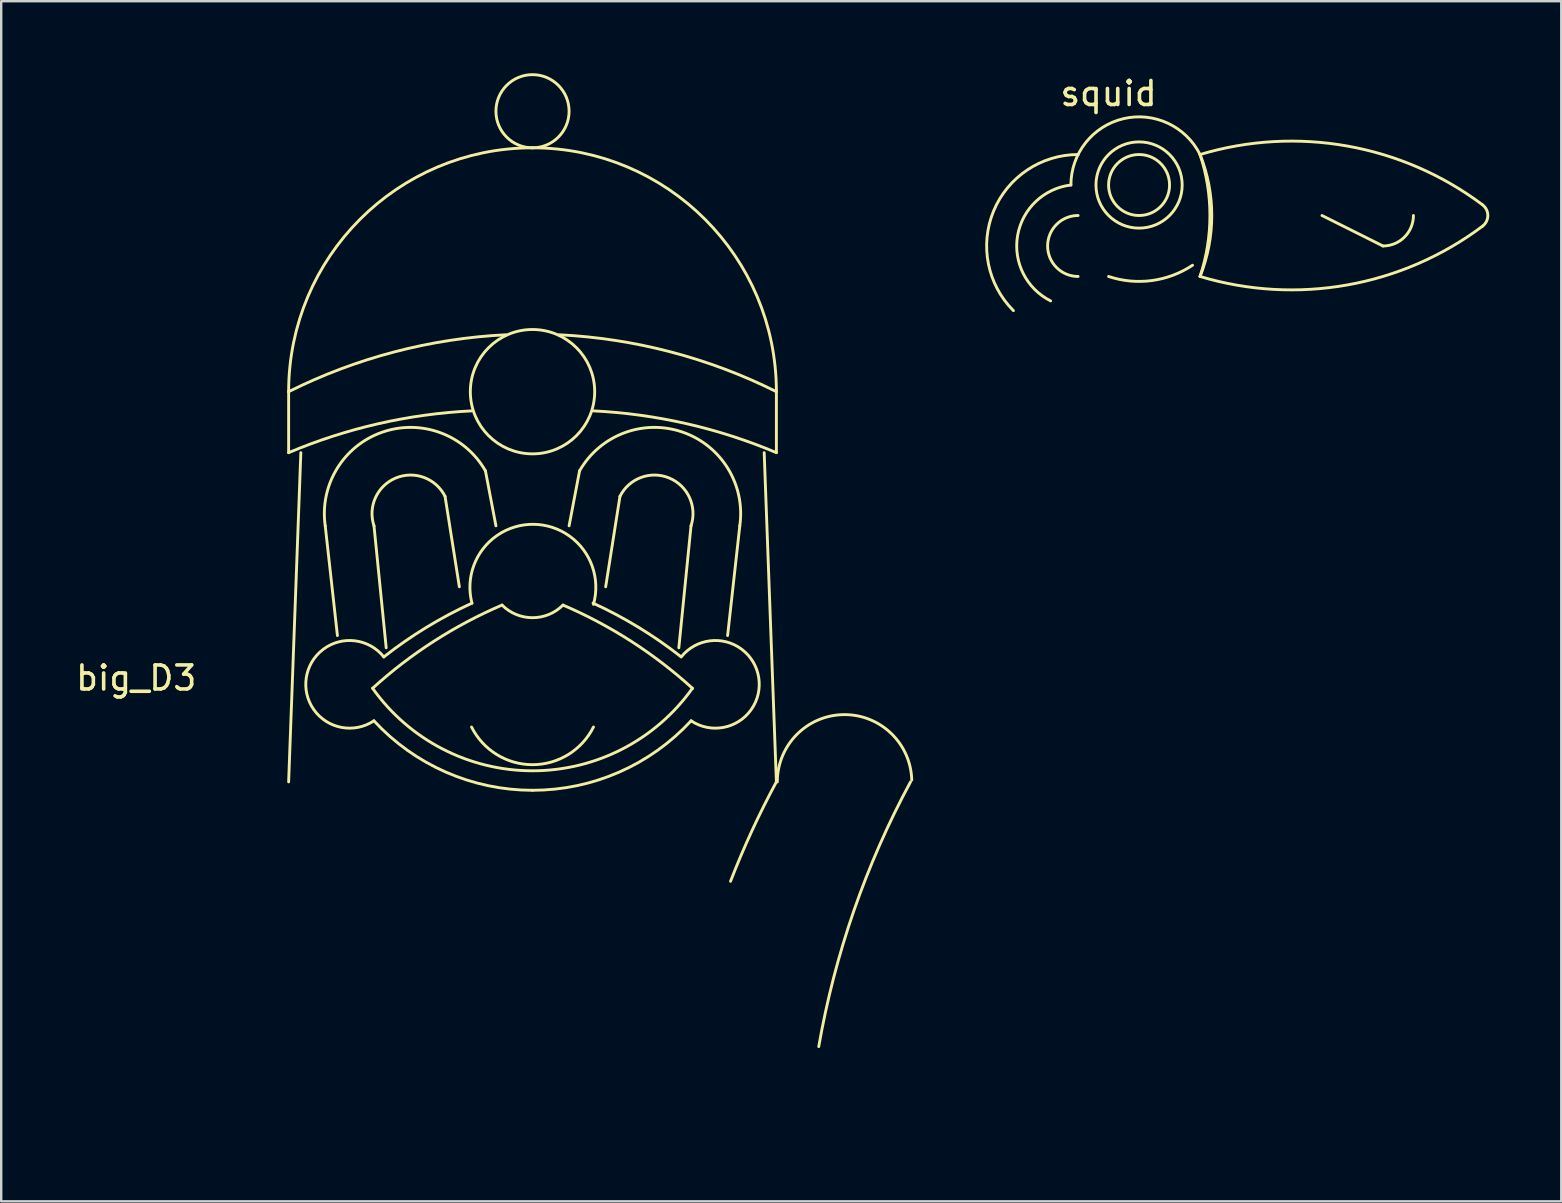
<source format=kicad_pcb>
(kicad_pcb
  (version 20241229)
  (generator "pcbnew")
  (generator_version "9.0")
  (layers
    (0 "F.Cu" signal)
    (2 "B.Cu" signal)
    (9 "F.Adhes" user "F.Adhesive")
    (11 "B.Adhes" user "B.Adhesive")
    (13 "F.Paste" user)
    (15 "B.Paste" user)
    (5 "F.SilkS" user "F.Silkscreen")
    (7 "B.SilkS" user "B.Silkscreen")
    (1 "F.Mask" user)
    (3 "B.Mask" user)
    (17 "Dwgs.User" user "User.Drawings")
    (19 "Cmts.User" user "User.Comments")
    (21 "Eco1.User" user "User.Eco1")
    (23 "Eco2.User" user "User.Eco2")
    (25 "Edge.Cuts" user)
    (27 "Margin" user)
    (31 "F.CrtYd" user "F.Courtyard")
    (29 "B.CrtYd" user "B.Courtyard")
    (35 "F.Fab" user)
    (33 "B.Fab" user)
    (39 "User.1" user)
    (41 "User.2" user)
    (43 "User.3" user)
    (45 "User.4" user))
  (footprint "big_D3"
    (layer "F.Cu")
    (at 19.135 43.748)
    (property "Reference" "big_D3" (at -16.51 -18.55 0) (layer "F.SilkS") (effects (font (size 1 1) (thickness 0.15))))
    (attr through_hole)
    (fp_line (start -10.16 -30.48) (end -10.16 -27.94) (stroke (width 0.12) (type solid)) (layer "F.SilkS"))
    (fp_line (start -9.652 -27.94) (end -10.16 -14.224) (stroke (width 0.12) (type solid)) (layer "F.SilkS"))
    (fp_line (start -8.636 -24.892) (end -8.128 -20.32) (stroke (width 0.12) (type solid)) (layer "F.SilkS"))
    (fp_line (start -6.604 -24.892) (end -6.096 -19.812) (stroke (width 0.12) (type solid)) (layer "F.SilkS"))
    (fp_line (start -3.643 -26.118) (end -3.048 -22.352) (stroke (width 0.12) (type solid)) (layer "F.SilkS"))
    (fp_line (start -1.961 -27.182) (end -1.524 -24.892) (stroke (width 0.12) (type solid)) (layer "F.SilkS"))
    (fp_line (start 1.961 -27.182) (end 1.524 -24.892) (stroke (width 0.12) (type solid)) (layer "F.SilkS"))
    (fp_line (start 3.643 -26.118) (end 3.048 -22.352) (stroke (width 0.12) (type solid)) (layer "F.SilkS"))
    (fp_line (start 6.604 -24.892) (end 6.096 -19.812) (stroke (width 0.12) (type solid)) (layer "F.SilkS"))
    (fp_line (start 8.636 -24.892) (end 8.128 -20.32) (stroke (width 0.12) (type solid)) (layer "F.SilkS"))
    (fp_line (start 9.652 -27.94) (end 10.16 -14.224) (stroke (width 0.12) (type solid)) (layer "F.SilkS"))
    (fp_line (start 10.16 -30.48) (end 10.16 -27.94) (stroke (width 0.12) (type solid)) (layer "F.SilkS"))
    (fp_arc (start -10.160002 -27.94) (mid -6.41947 -29.146225) (end -2.525804 -29.680943) (stroke (width 0.12) (type solid)) (layer "F.SilkS"))
    (fp_arc (start -10.160001 -30.479999) (mid -5.756887 -32.136947) (end -1.106902 -32.851468) (stroke (width 0.12) (type solid)) (layer "F.SilkS"))
    (fp_arc (start -10.16 -30.48) (mid -7.184205 -37.664204) (end -0.000001 -40.639998) (stroke (width 0.12) (type solid)) (layer "F.SilkS"))
    (fp_arc (start -8.636002 -24.892) (mid -6.24577 -28.797673) (end -1.961184 -27.182182) (stroke (width 0.12) (type solid)) (layer "F.SilkS"))
    (fp_arc (start -6.662224 -18.123448) (mid -4.110707 -20.081643) (end -1.269998 -21.59) (stroke (width 0.12) (type solid)) (layer "F.SilkS"))
    (fp_arc (start -6.607042 -16.768563) (mid -9.424616 -18.567524) (end -6.194835 -19.429787) (stroke (width 0.12) (type solid)) (layer "F.SilkS"))
    (fp_arc (start -6.604002 -24.892) (mid -5.694759 -26.884154) (end -3.643161 -26.118421) (stroke (width 0.12) (type solid)) (layer "F.SilkS"))
    (fp_arc (start -6.194834 -19.429788) (mid -4.425147 -20.658526) (end -2.522985 -21.670145) (stroke (width 0.12) (type solid)) (layer "F.SilkS"))
    (fp_arc (start -2.522986 -21.670146) (mid 0.04097 -24.954571) (end 2.54 -21.62048) (stroke (width 0.12) (type solid)) (layer "F.SilkS"))
    (fp_arc (start -0.000001 -40.639998) (mid 7.184203 -37.664204) (end 10.159998 -30.48) (stroke (width 0.12) (type solid)) (layer "F.SilkS"))
    (fp_arc (start 0 -13.873422) (mid -3.606759 -14.628969) (end -6.607041 -16.768564) (stroke (width 0.12) (type solid)) (layer "F.SilkS"))
    (fp_arc (start 1.1069 -32.851468) (mid 5.756885 -32.136948) (end 10.159999 -30.479999) (stroke (width 0.12) (type solid)) (layer "F.SilkS"))
    (fp_arc (start 1.269999 -21.590001) (mid 0 -21.06395) (end -1.269999 -21.590001) (stroke (width 0.12) (type solid)) (layer "F.SilkS"))
    (fp_arc (start 1.27 -21.59) (mid 4.114244 -20.07937) (end 6.668445 -18.117792) (stroke (width 0.12) (type solid)) (layer "F.SilkS"))
    (fp_arc (start 1.961182 -27.182182) (mid 6.245768 -28.797673) (end 8.636 -24.892) (stroke (width 0.12) (type solid)) (layer "F.SilkS"))
    (fp_arc (start 2.522985 -21.670145) (mid 4.420247 -20.661515) (end 6.185806 -19.436876) (stroke (width 0.12) (type solid)) (layer "F.SilkS"))
    (fp_arc (start 2.525802 -29.680943) (mid 6.419468 -29.146225) (end 10.16 -27.94) (stroke (width 0.12) (type solid)) (layer "F.SilkS"))
    (fp_arc (start 2.539999 -16.51) (mid 0 -14.940195) (end -2.539999 -16.510001) (stroke (width 0.12) (type solid)) (layer "F.SilkS"))
    (fp_arc (start 3.643159 -26.118421) (mid 5.694757 -26.884154) (end 6.604 -24.892) (stroke (width 0.12) (type solid)) (layer "F.SilkS"))
    (fp_arc (start 6.194835 -19.429787) (mid 9.424641 -18.567362) (end 6.606769 -16.768745) (stroke (width 0.12) (type solid)) (layer "F.SilkS"))
    (fp_arc (start 6.607041 -16.768564) (mid 3.608565 -14.629761) (end 0.003944 -13.873423) (stroke (width 0.12) (type solid)) (layer "F.SilkS"))
    (fp_arc (start 6.661641 -18.122631) (mid -0.000502 -14.685642) (end -6.662223 -18.123449) (stroke (width 0.12) (type solid)) (layer "F.SilkS"))
    (fp_arc (start 8.249267 -10.080928) (mid 9.139599 -12.182457) (end 10.160001 -14.223999) (stroke (width 0.12) (type solid)) (layer "F.SilkS"))
    (fp_arc (start 10.198969 -14.224) (mid 12.961997 -17.024773) (end 15.8 -14.3) (stroke (width 0.12) (type solid)) (layer "F.SilkS"))
    (fp_arc (start 11.924716 -3.195693) (mid 13.391024 -8.864234) (end 15.748 -14.224) (stroke (width 0.12) (type solid)) (layer "F.SilkS"))
    (fp_circle (center 0 -42.164) (end 0 -40.64) (stroke (width 0.12) (type solid)) (fill no) (layer "F.SilkS"))
    (fp_circle (center 0 -30.48) (end 0.508 -33.02) (stroke (width 0.12) (type solid)) (fill no) (layer "F.SilkS")))
  (footprint "squid"
    (layer "F.Cu")
    (at 43.135 5.928)
    (property "Reference" "squid" (at 0 -5.08 0) (layer "F.SilkS") (effects (font (size 1 1) (thickness 0.15))))
    (attr through_hole)
    (fp_line (start 8.89 0) (end 11.43 1.27) (stroke (width 0.12) (type solid)) (layer "F.SilkS"))
    (fp_arc (start -3.964077 3.964077) (mid -4.789981 -0.188024) (end -1.27 -2.54) (stroke (width 0.12) (type solid)) (layer "F.SilkS"))
    (fp_arc (start -2.413808 3.557614) (mid -3.789417 0.829533) (end -1.569801 -1.269999) (stroke (width 0.12) (type solid)) (layer "F.SilkS"))
    (fp_arc (start -1.569802 -1.27) (mid 0.617547 -4.033834) (end 3.809996 -2.539999) (stroke (width 0.12) (type solid)) (layer "F.SilkS"))
    (fp_arc (start -1.27 2.54) (mid -2.54 1.27) (end -1.27 0) (stroke (width 0.12) (type solid)) (layer "F.SilkS"))
    (fp_arc (start 3.497727 2.07159) (mid 1.803069 2.710556) (end 0.000001 2.539999) (stroke (width 0.12) (type solid)) (layer "F.SilkS"))
    (fp_arc (start 3.809997 -2.54) (mid 4.299157 -0.000001) (end 3.809998 2.539998) (stroke (width 0.12) (type solid)) (layer "F.SilkS"))
    (fp_arc (start 3.809999 -2.54) (mid 4.222184 0) (end 3.809999 2.539999) (stroke (width 0.12) (type solid)) (layer "F.SilkS"))
    (fp_arc (start 3.810004 -2.539999) (mid 9.945396 -2.893681) (end 15.581227 -0.443061) (stroke (width 0.12) (type solid)) (layer "F.SilkS"))
    (fp_arc (start 12.7 0) (mid 12.328026 0.898026) (end 11.43 1.27) (stroke (width 0.12) (type solid)) (layer "F.SilkS"))
    (fp_arc (start 15.581226 -0.44306) (mid 15.799229 0) (end 15.581226 0.44306) (stroke (width 0.12) (type solid)) (layer "F.SilkS"))
    (fp_arc (start 15.581227 0.443061) (mid 9.945396 2.89368) (end 3.810004 2.539999) (stroke (width 0.12) (type solid)) (layer "F.SilkS"))
    (fp_circle (center 1.27 -1.27) (end 1.27 -2.54) (stroke (width 0.12) (type solid)) (fill no) (layer "F.SilkS"))
    (fp_circle (center 1.27 -1.27) (end 2.54 -2.54) (stroke (width 0.12) (type solid)) (fill no) (layer "F.SilkS")))
  (gr_rect
    (start -3 -3)
    (end 61.994 46.998)
    (stroke (width 0.1) (type default))
    (fill no)
    (layer "Edge.Cuts")))
</source>
